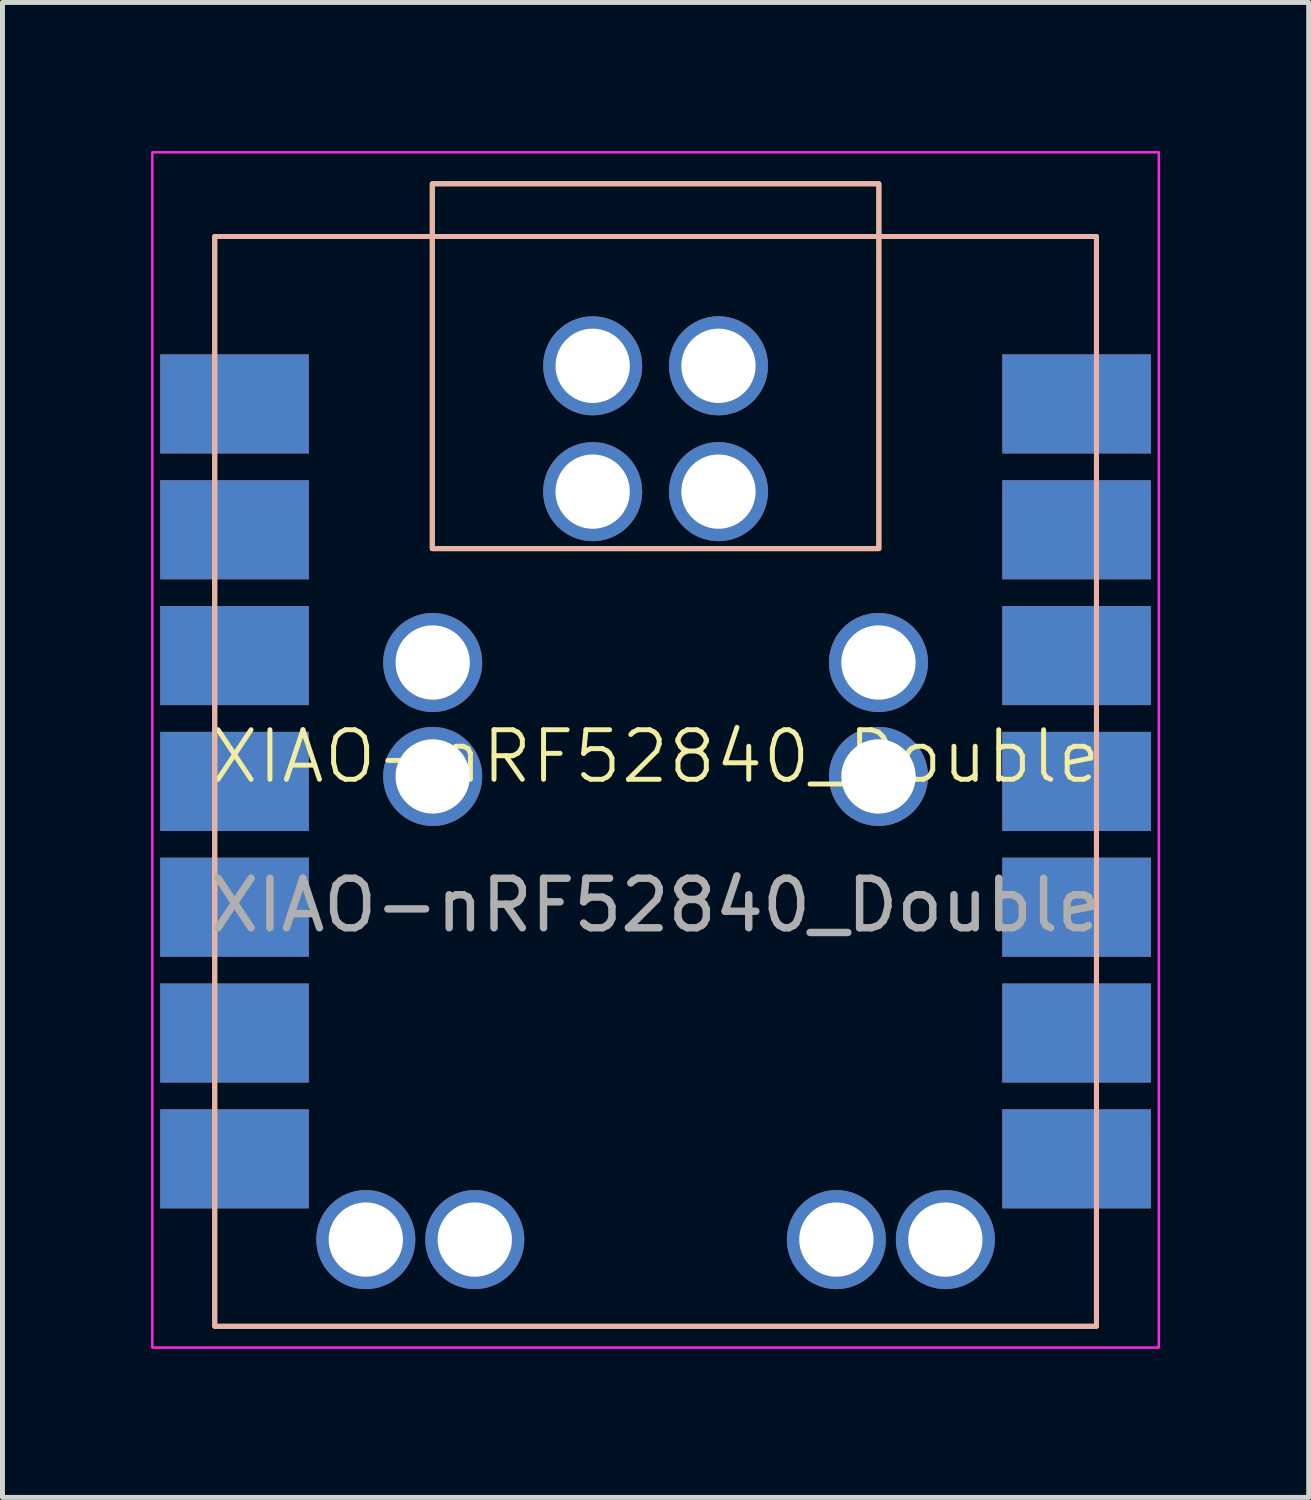
<source format=kicad_pcb>
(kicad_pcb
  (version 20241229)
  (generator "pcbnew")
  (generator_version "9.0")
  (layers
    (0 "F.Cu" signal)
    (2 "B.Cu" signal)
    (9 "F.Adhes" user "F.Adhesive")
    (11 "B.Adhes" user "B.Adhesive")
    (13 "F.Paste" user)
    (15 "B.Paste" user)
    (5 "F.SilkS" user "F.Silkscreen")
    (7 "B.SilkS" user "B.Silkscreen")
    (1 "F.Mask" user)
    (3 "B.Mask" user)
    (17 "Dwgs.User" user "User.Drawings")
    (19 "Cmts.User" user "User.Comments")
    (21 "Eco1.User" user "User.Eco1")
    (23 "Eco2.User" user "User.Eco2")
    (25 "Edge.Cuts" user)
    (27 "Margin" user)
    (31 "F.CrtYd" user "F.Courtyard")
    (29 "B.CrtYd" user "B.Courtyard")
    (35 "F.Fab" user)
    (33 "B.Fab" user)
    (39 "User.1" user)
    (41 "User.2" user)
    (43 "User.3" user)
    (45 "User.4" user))
  (footprint "XIAO-nRF52840_Double"
    (layer "F.Cu")
    (at 10.185 12.725)
    (property "Reference" "XIAO-nRF52840_Double" (at 0 -0.5 0) (unlocked yes) (layer "F.SilkS") (effects (font (size 1 1) (thickness 0.1))))
    (attr smd)
    (fp_rect (start -8.9 -11) (end 8.9 11) (stroke (width 0.1) (type default)) (fill no) (layer "F.SilkS"))
    (fp_rect (start -4.508 -12.065) (end 4.508 -4.699) (stroke (width 0.1) (type default)) (fill no) (layer "F.SilkS"))
    (fp_rect (start 4.508 -12.065) (end -4.508 -4.699) (stroke (width 0.1) (type default)) (fill no) (layer "B.SilkS"))
    (fp_rect (start 8.9 -11) (end -8.9 11) (stroke (width 0.1) (type default)) (fill no) (layer "B.SilkS"))
    (fp_rect (start -10.16 -12.7) (end 10.16 11.43) (stroke (width 0.05) (type default)) (fill no) (layer "F.CrtYd"))
    (fp_text user "${REFERENCE}" (at 0 2.5 0) (unlocked yes) (layer "F.Fab") (effects (font (size 1 1) (thickness 0.15))))
    (pad "1" smd rect (at -8.5 -7.62) (size 3 2) (layers "F.Cu" "F.Mask" "F.Paste"))
    (pad "1" smd rect (at 8.5 -7.62) (size 3 2) (layers "B.Cu" "B.Mask" "B.Paste"))
    (pad "2" smd rect (at -8.5 -5.08) (size 3 2) (layers "F.Cu" "F.Mask" "F.Paste"))
    (pad "2" smd rect (at 8.5 -5.08) (size 3 2) (layers "B.Cu" "B.Mask" "B.Paste"))
    (pad "3" smd rect (at -8.5 -2.54) (size 3 2) (layers "F.Cu" "F.Mask" "F.Paste"))
    (pad "3" smd rect (at 8.5 -2.54) (size 3 2) (layers "B.Cu" "B.Mask" "B.Paste"))
    (pad "4" smd rect (at -8.5 0) (size 3 2) (layers "F.Cu" "F.Mask" "F.Paste"))
    (pad "4" smd rect (at 8.5 0) (size 3 2) (layers "B.Cu" "B.Mask" "B.Paste"))
    (pad "5" smd rect (at -8.5 2.54) (size 3 2) (layers "F.Cu" "F.Mask" "F.Paste"))
    (pad "5" smd rect (at 8.5 2.54) (size 3 2) (layers "B.Cu" "B.Mask" "B.Paste"))
    (pad "6" smd rect (at -8.5 5.08) (size 3 2) (layers "F.Cu" "F.Mask" "F.Paste"))
    (pad "6" smd rect (at 8.5 5.08) (size 3 2) (layers "B.Cu" "B.Mask" "B.Paste"))
    (pad "7" smd rect (at -8.5 7.62) (size 3 2) (layers "F.Cu" "F.Mask" "F.Paste"))
    (pad "7" smd rect (at 8.5 7.62) (size 3 2) (layers "B.Cu" "B.Mask" "B.Paste"))
    (pad "8" smd rect (at -8.5 7.62) (size 3 2) (layers "B.Cu" "B.Mask" "B.Paste"))
    (pad "8" smd rect (at 8.5 7.62) (size 3 2) (layers "F.Cu" "F.Mask" "F.Paste"))
    (pad "9" smd rect (at -8.5 5.08) (size 3 2) (layers "B.Cu" "B.Mask" "B.Paste"))
    (pad "9" smd rect (at 8.5 5.08) (size 3 2) (layers "F.Cu" "F.Mask" "F.Paste"))
    (pad "10" smd rect (at -8.5 2.54) (size 3 2) (layers "B.Cu" "B.Mask" "B.Paste"))
    (pad "10" smd rect (at 8.5 2.54) (size 3 2) (layers "F.Cu" "F.Mask" "F.Paste"))
    (pad "11" smd rect (at -8.5 0) (size 3 2) (layers "B.Cu" "B.Mask" "B.Paste"))
    (pad "11" smd rect (at 8.5 0) (size 3 2) (layers "F.Cu" "F.Mask" "F.Paste"))
    (pad "12" smd rect (at -8.5 -2.54) (size 3 2) (layers "B.Cu" "B.Mask" "B.Paste"))
    (pad "12" smd rect (at 8.5 -2.54) (size 3 2) (layers "F.Cu" "F.Mask" "F.Paste"))
    (pad "13" smd rect (at -8.5 -5.08) (size 3 2) (layers "B.Cu" "B.Mask" "B.Paste"))
    (pad "13" smd rect (at 8.5 -5.08) (size 3 2) (layers "F.Cu" "F.Mask" "F.Paste"))
    (pad "14" smd rect (at -8.5 -7.62) (size 3 2) (layers "B.Cu" "B.Mask" "B.Paste"))
    (pad "14" smd rect (at 8.5 -7.62) (size 3 2) (layers "F.Cu" "F.Mask" "F.Paste"))
    (pad "15" thru_hole circle (at -4.5 -2.4) (size 2 2) (drill 1.5) (layers "*.Cu" "*.Mask"))
    (pad "15" thru_hole circle (at 4.5 -2.4) (size 2 2) (drill 1.5) (layers "*.Cu" "*.Mask"))
    (pad "16" thru_hole circle (at -4.5 -0.1) (size 2 2) (drill 1.5) (layers "*.Cu" "*.Mask"))
    (pad "16" thru_hole circle (at 4.5 -0.1) (size 2 2) (drill 1.5) (layers "*.Cu" "*.Mask"))
    (pad "17" thru_hole circle (at -1.27 -8.39) (size 2 2) (drill 1.5) (layers "*.Cu" "*.Mask"))
    (pad "18" thru_hole circle (at 1.27 -8.39) (size 2 2) (drill 1.5) (layers "*.Cu" "*.Mask"))
    (pad "19" thru_hole circle (at 1.27 -5.85) (size 2 2) (drill 1.5) (layers "*.Cu" "*.Mask"))
    (pad "20" thru_hole circle (at -1.27 -5.85) (size 2 2) (drill 1.5) (layers "*.Cu" "*.Mask"))
    (pad "21" thru_hole circle (at -3.65 9.25) (size 2 2) (drill 1.5) (layers "*.Cu" "*.Mask"))
    (pad "21" thru_hole circle (at 3.65 9.25) (size 2 2) (drill 1.5) (layers "*.Cu" "*.Mask"))
    (pad "22" thru_hole circle (at -5.85 9.25) (size 2 2) (drill 1.5) (layers "*.Cu" "*.Mask"))
    (pad "22" thru_hole circle (at 5.85 9.25) (size 2 2) (drill 1.5) (layers "*.Cu" "*.Mask")))
  (gr_rect
    (start -3 -3)
    (end 23.37 27.18)
    (stroke (width 0.1) (type default))
    (fill no)
    (layer "Edge.Cuts")))
</source>
